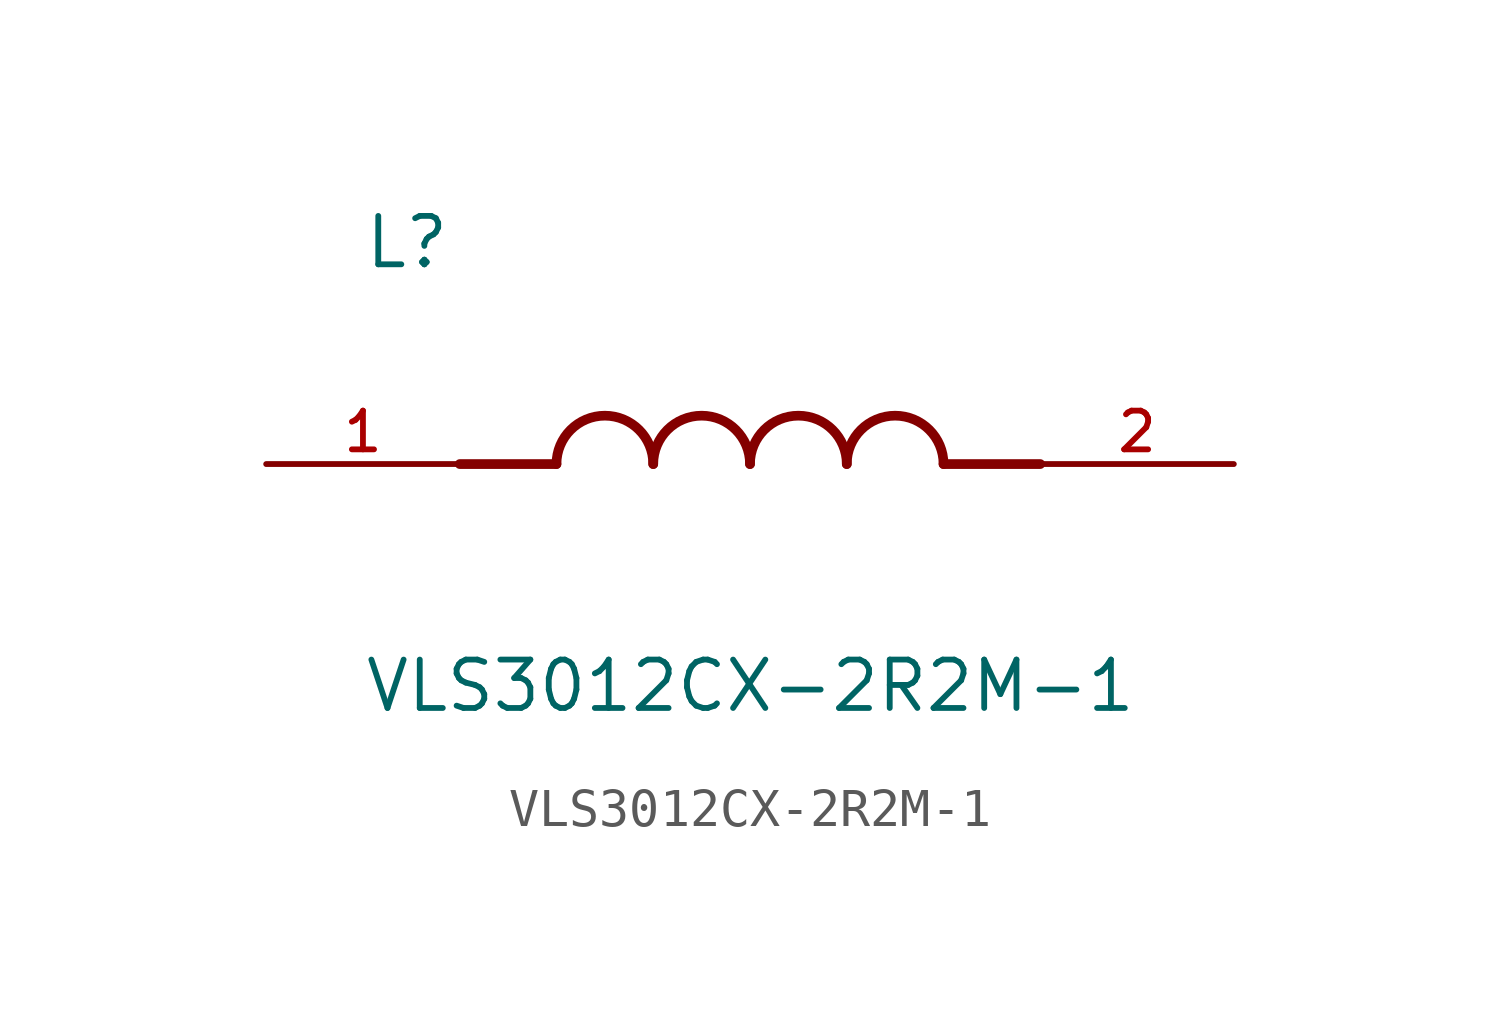
<source format=kicad_sym>
(kicad_symbol_lib
  (version 20211014)
  (generator kicad_symbol_editor)
  (symbol "VLS3012CX-2R2M-1"
    (pin_names
      (offset 1.016))
    (property "Reference" "L"
      (at -10.16 5.08 0)
      (effects (font (size 1.27 1.27)) (justify bottom left)))
    (property "Value" "VLS3012CX-2R2M-1"
      (at -10.16 -5.08 0)
      (effects (font (size 1.27 1.27)) (justify top left)))
    (symbol "VLS3012CX-2R2M-1_0_0"
      (polyline (pts (xy -5.08 0.0) (xy -7.62 0.0)) (stroke (width 0.254)))
      (polyline (pts (xy 5.08 0.0) (xy 7.62 0.0)) (stroke (width 0.254)))
      (arc (start -2.54 0.0) (mid -3.81 1.27) (end -5.08 0.0) (stroke (width 0.254) (type default) (color 0 0 0 0)) (fill (type none)))
      (arc (start 0.0 0.0) (mid -1.27 1.27) (end -2.54 0.0) (stroke (width 0.254) (type default) (color 0 0 0 0)) (fill (type none)))
      (arc (start 2.54 0.0) (mid 1.27 1.27) (end 0.0 0.0) (stroke (width 0.254) (type default) (color 0 0 0 0)) (fill (type none)))
      (arc (start 5.08 0.0) (mid 3.81 1.27) (end 2.54 0.0) (stroke (width 0.254) (type default) (color 0 0 0 0)) (fill (type none)))
      (pin passive line (at -12.7 0.0 0) (length 5.08) (name "~" (effects (font (size 1.016 1.016)))) (number "1" (effects (font (size 1.016 1.016)))))
      (pin passive line (at 12.7 0.0 180.0) (length 5.08) (name "~" (effects (font (size 1.016 1.016)))) (number "2" (effects (font (size 1.016 1.016))))))))
</source>
